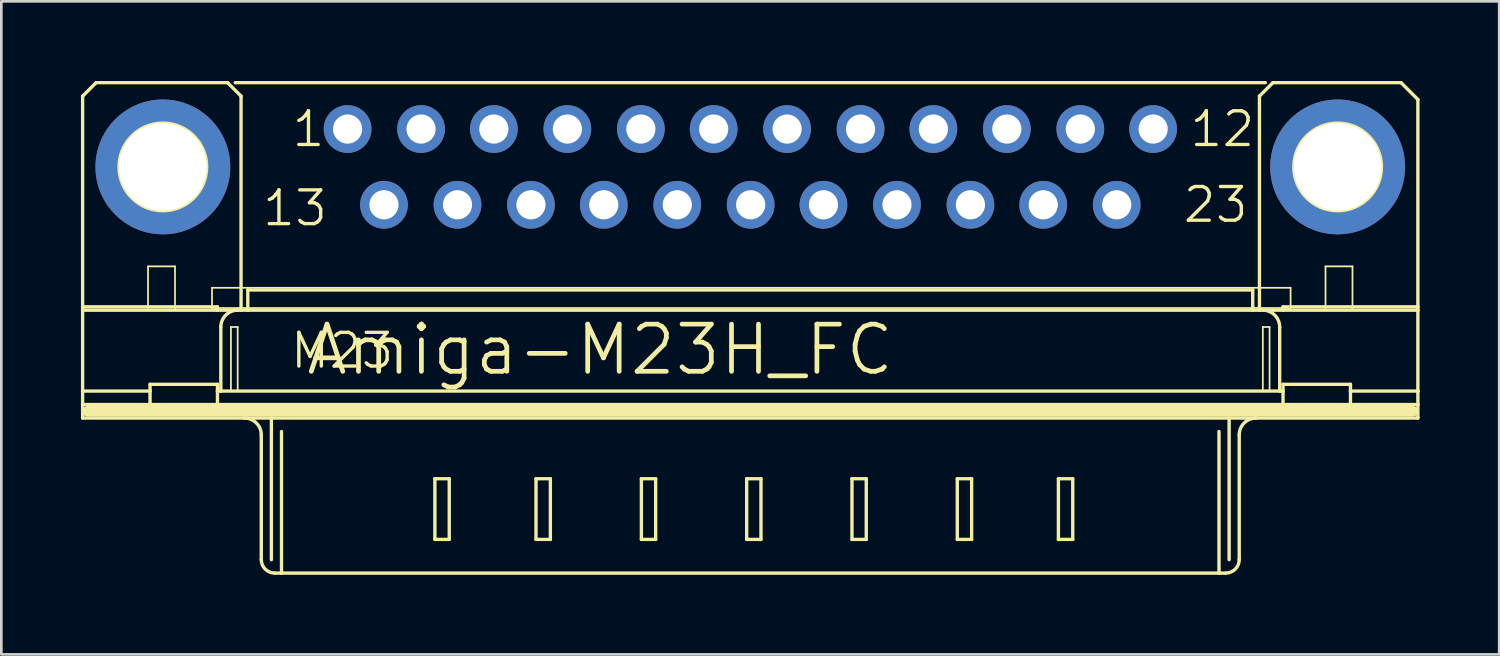
<source format=kicad_pcb>
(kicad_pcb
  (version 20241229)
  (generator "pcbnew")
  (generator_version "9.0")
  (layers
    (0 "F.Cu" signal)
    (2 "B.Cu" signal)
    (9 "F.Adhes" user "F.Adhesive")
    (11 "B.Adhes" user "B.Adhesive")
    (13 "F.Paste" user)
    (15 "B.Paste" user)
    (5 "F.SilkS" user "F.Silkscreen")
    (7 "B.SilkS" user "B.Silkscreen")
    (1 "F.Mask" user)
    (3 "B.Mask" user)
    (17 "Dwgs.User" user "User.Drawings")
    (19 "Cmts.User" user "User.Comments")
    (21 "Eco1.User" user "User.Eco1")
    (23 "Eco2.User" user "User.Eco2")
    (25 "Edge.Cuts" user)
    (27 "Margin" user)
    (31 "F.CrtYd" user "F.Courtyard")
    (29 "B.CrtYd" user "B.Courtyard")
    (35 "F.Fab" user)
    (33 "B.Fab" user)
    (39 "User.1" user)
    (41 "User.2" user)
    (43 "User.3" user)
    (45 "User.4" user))
  (footprint "Amiga-M23H_FC"
    (layer "F.Cu")
    (at 25.217 3.239)
    (property "Reference" "Amiga-M23H_FC" (at -5.659 6.888 0) (layer "F.SilkS") (effects (font (size 1.778 1.778) (thickness 0.178))))
    (attr exclude_from_pos_files exclude_from_bom)
    (fp_line (start -25.154 -2.667) (end -25.154 5.271) (stroke (width 0.127) (type solid)) (layer "F.SilkS"))
    (fp_line (start -25.154 5.397) (end -25.154 5.271) (stroke (width 0.127) (type solid)) (layer "F.SilkS"))
    (fp_line (start -25.154 8.445) (end -25.154 5.397) (stroke (width 0.127) (type solid)) (layer "F.SilkS"))
    (fp_line (start -25.154 8.954) (end -25.154 8.445) (stroke (width 0.127) (type solid)) (layer "F.SilkS"))
    (fp_line (start -25.154 9.461) (end -25.154 8.954) (stroke (width 0.127) (type solid)) (layer "F.SilkS"))
    (fp_line (start -24.963 9.207) (end 24.963 9.207) (stroke (width 0.406) (type solid)) (layer "F.SilkS"))
    (fp_line (start -24.646 -3.175) (end -25.154 -2.667) (stroke (width 0.127) (type solid)) (layer "F.SilkS"))
    (fp_line (start -22.69 3.747) (end -21.674 3.747) (stroke (width 0.066) (type solid)) (layer "F.SilkS"))
    (fp_line (start -22.69 5.397) (end -22.69 3.747) (stroke (width 0.066) (type solid)) (layer "F.SilkS"))
    (fp_line (start -22.69 5.397) (end -21.674 5.397) (stroke (width 0.066) (type solid)) (layer "F.SilkS"))
    (fp_line (start -22.614 8.445) (end -25.154 8.445) (stroke (width 0.127) (type solid)) (layer "F.SilkS"))
    (fp_line (start -22.614 8.445) (end -22.614 8.191) (stroke (width 0.127) (type solid)) (layer "F.SilkS"))
    (fp_line (start -22.614 8.445) (end -22.614 8.954) (stroke (width 0.127) (type solid)) (layer "F.SilkS"))
    (fp_line (start -22.614 8.954) (end -25.154 8.954) (stroke (width 0.127) (type solid)) (layer "F.SilkS"))
    (fp_line (start -21.674 5.397) (end -21.674 3.747) (stroke (width 0.066) (type solid)) (layer "F.SilkS"))
    (fp_line (start -20.279 4.554) (end 20.358 4.554) (stroke (width 0.066) (type solid)) (layer "F.SilkS"))
    (fp_line (start -20.279 5.316) (end -20.279 4.554) (stroke (width 0.066) (type solid)) (layer "F.SilkS"))
    (fp_line (start -20.279 5.316) (end 20.358 5.316) (stroke (width 0.066) (type solid)) (layer "F.SilkS"))
    (fp_line (start -20.074 5.271) (end -25.154 5.271) (stroke (width 0.127) (type solid)) (layer "F.SilkS"))
    (fp_line (start -20.074 5.271) (end -20.074 5.397) (stroke (width 0.127) (type solid)) (layer "F.SilkS"))
    (fp_line (start -20.074 5.397) (end -25.154 5.397) (stroke (width 0.127) (type solid)) (layer "F.SilkS"))
    (fp_line (start -20.074 8.191) (end -22.614 8.191) (stroke (width 0.127) (type solid)) (layer "F.SilkS"))
    (fp_line (start -20.074 8.191) (end -20.074 8.445) (stroke (width 0.127) (type solid)) (layer "F.SilkS"))
    (fp_line (start -20.074 8.445) (end -20.074 8.954) (stroke (width 0.127) (type solid)) (layer "F.SilkS"))
    (fp_line (start -20.074 8.954) (end -22.614 8.954) (stroke (width 0.127) (type solid)) (layer "F.SilkS"))
    (fp_line (start -19.947 6.032) (end -19.947 8.445) (stroke (width 0.127) (type solid)) (layer "F.SilkS"))
    (fp_line (start -19.947 8.445) (end -20.074 8.445) (stroke (width 0.127) (type solid)) (layer "F.SilkS"))
    (fp_line (start -19.693 -3.175) (end -24.646 -3.175) (stroke (width 0.127) (type solid)) (layer "F.SilkS"))
    (fp_line (start -19.566 6.032) (end -19.312 6.032) (stroke (width 0.066) (type solid)) (layer "F.SilkS"))
    (fp_line (start -19.566 8.445) (end -19.566 6.032) (stroke (width 0.066) (type solid)) (layer "F.SilkS"))
    (fp_line (start -19.566 8.445) (end -19.312 8.445) (stroke (width 0.066) (type solid)) (layer "F.SilkS"))
    (fp_line (start -19.406 -3.175) (end 19.406 -3.175) (stroke (width 0.127) (type solid)) (layer "F.SilkS"))
    (fp_line (start -19.312 5.397) (end -20.074 5.397) (stroke (width 0.127) (type solid)) (layer "F.SilkS"))
    (fp_line (start -19.312 8.445) (end -19.312 6.032) (stroke (width 0.066) (type solid)) (layer "F.SilkS"))
    (fp_line (start -19.185 -2.667) (end -19.693 -3.175) (stroke (width 0.127) (type solid)) (layer "F.SilkS"))
    (fp_line (start -19.185 -2.667) (end -19.185 5.397) (stroke (width 0.127) (type solid)) (layer "F.SilkS"))
    (fp_line (start -19.185 5.397) (end -19.312 5.397) (stroke (width 0.127) (type solid)) (layer "F.SilkS"))
    (fp_line (start -19.058 9.461) (end -25.154 9.461) (stroke (width 0.127) (type solid)) (layer "F.SilkS"))
    (fp_line (start -18.931 5.397) (end -19.185 5.397) (stroke (width 0.127) (type solid)) (layer "F.SilkS"))
    (fp_line (start -18.931 5.397) (end -18.931 4.636) (stroke (width 0.127) (type solid)) (layer "F.SilkS"))
    (fp_line (start -18.423 10.097) (end -18.423 14.796) (stroke (width 0.127) (type solid)) (layer "F.SilkS"))
    (fp_line (start -18.042 9.461) (end -19.058 9.461) (stroke (width 0.127) (type solid)) (layer "F.SilkS"))
    (fp_line (start -18.042 9.461) (end -18.042 14.796) (stroke (width 0.127) (type solid)) (layer "F.SilkS"))
    (fp_line (start -17.661 9.97) (end -17.661 15.303) (stroke (width 0.127) (type solid)) (layer "F.SilkS"))
    (fp_line (start -17.661 15.303) (end -17.915 15.303) (stroke (width 0.127) (type solid)) (layer "F.SilkS"))
    (fp_line (start -11.882 11.748) (end -11.341 11.748) (stroke (width 0.127) (type solid)) (layer "F.SilkS"))
    (fp_line (start -11.882 14.034) (end -11.882 11.748) (stroke (width 0.127) (type solid)) (layer "F.SilkS"))
    (fp_line (start -11.341 11.748) (end -11.341 14.034) (stroke (width 0.127) (type solid)) (layer "F.SilkS"))
    (fp_line (start -11.341 14.034) (end -11.882 14.034) (stroke (width 0.127) (type solid)) (layer "F.SilkS"))
    (fp_line (start -8.072 11.748) (end -7.531 11.748) (stroke (width 0.127) (type solid)) (layer "F.SilkS"))
    (fp_line (start -8.072 14.034) (end -8.072 11.748) (stroke (width 0.127) (type solid)) (layer "F.SilkS"))
    (fp_line (start -7.531 11.748) (end -7.531 14.034) (stroke (width 0.127) (type solid)) (layer "F.SilkS"))
    (fp_line (start -7.531 14.034) (end -8.072 14.034) (stroke (width 0.127) (type solid)) (layer "F.SilkS"))
    (fp_line (start -4.102 11.748) (end -3.564 11.748) (stroke (width 0.127) (type solid)) (layer "F.SilkS"))
    (fp_line (start -4.102 14.034) (end -4.102 11.748) (stroke (width 0.127) (type solid)) (layer "F.SilkS"))
    (fp_line (start -3.564 11.748) (end -3.564 14.034) (stroke (width 0.127) (type solid)) (layer "F.SilkS"))
    (fp_line (start -3.564 14.034) (end -4.102 14.034) (stroke (width 0.127) (type solid)) (layer "F.SilkS"))
    (fp_line (start -0.135 11.748) (end 0.404 11.748) (stroke (width 0.127) (type solid)) (layer "F.SilkS"))
    (fp_line (start -0.135 14.034) (end -0.135 11.748) (stroke (width 0.127) (type solid)) (layer "F.SilkS"))
    (fp_line (start 0.404 11.748) (end 0.404 14.034) (stroke (width 0.127) (type solid)) (layer "F.SilkS"))
    (fp_line (start 0.404 14.034) (end -0.135 14.034) (stroke (width 0.127) (type solid)) (layer "F.SilkS"))
    (fp_line (start 3.833 11.748) (end 4.371 11.748) (stroke (width 0.127) (type solid)) (layer "F.SilkS"))
    (fp_line (start 3.833 14.034) (end 3.833 11.748) (stroke (width 0.127) (type solid)) (layer "F.SilkS"))
    (fp_line (start 4.371 11.748) (end 4.371 14.034) (stroke (width 0.127) (type solid)) (layer "F.SilkS"))
    (fp_line (start 4.371 14.034) (end 3.833 14.034) (stroke (width 0.127) (type solid)) (layer "F.SilkS"))
    (fp_line (start 7.8 11.748) (end 8.341 11.748) (stroke (width 0.127) (type solid)) (layer "F.SilkS"))
    (fp_line (start 7.8 14.034) (end 7.8 11.748) (stroke (width 0.127) (type solid)) (layer "F.SilkS"))
    (fp_line (start 8.341 11.748) (end 8.341 14.034) (stroke (width 0.127) (type solid)) (layer "F.SilkS"))
    (fp_line (start 8.341 14.034) (end 7.8 14.034) (stroke (width 0.127) (type solid)) (layer "F.SilkS"))
    (fp_line (start 11.61 11.748) (end 12.151 11.748) (stroke (width 0.127) (type solid)) (layer "F.SilkS"))
    (fp_line (start 11.61 14.034) (end 11.61 11.748) (stroke (width 0.127) (type solid)) (layer "F.SilkS"))
    (fp_line (start 12.151 11.748) (end 12.151 14.034) (stroke (width 0.127) (type solid)) (layer "F.SilkS"))
    (fp_line (start 12.151 14.034) (end 11.61 14.034) (stroke (width 0.127) (type solid)) (layer "F.SilkS"))
    (fp_line (start 17.661 9.97) (end 17.661 15.303) (stroke (width 0.127) (type solid)) (layer "F.SilkS"))
    (fp_line (start 17.661 15.303) (end -17.661 15.303) (stroke (width 0.127) (type solid)) (layer "F.SilkS"))
    (fp_line (start 17.915 15.303) (end 17.661 15.303) (stroke (width 0.127) (type solid)) (layer "F.SilkS"))
    (fp_line (start 18.042 9.461) (end -18.042 9.461) (stroke (width 0.127) (type solid)) (layer "F.SilkS"))
    (fp_line (start 18.042 9.461) (end 18.042 14.796) (stroke (width 0.127) (type solid)) (layer "F.SilkS"))
    (fp_line (start 18.423 10.097) (end 18.423 14.796) (stroke (width 0.127) (type solid)) (layer "F.SilkS"))
    (fp_line (start 18.931 4.636) (end -18.931 4.636) (stroke (width 0.127) (type solid)) (layer "F.SilkS"))
    (fp_line (start 18.931 5.397) (end -18.931 5.397) (stroke (width 0.127) (type solid)) (layer "F.SilkS"))
    (fp_line (start 18.931 5.397) (end 18.931 4.636) (stroke (width 0.127) (type solid)) (layer "F.SilkS"))
    (fp_line (start 19.058 9.461) (end 18.042 9.461) (stroke (width 0.127) (type solid)) (layer "F.SilkS"))
    (fp_line (start 19.185 -2.667) (end 19.185 5.397) (stroke (width 0.127) (type solid)) (layer "F.SilkS"))
    (fp_line (start 19.185 5.397) (end 18.931 5.397) (stroke (width 0.127) (type solid)) (layer "F.SilkS"))
    (fp_line (start 19.312 6.032) (end 19.566 6.032) (stroke (width 0.066) (type solid)) (layer "F.SilkS"))
    (fp_line (start 19.312 8.445) (end 19.312 6.032) (stroke (width 0.066) (type solid)) (layer "F.SilkS"))
    (fp_line (start 19.312 8.445) (end 19.566 8.445) (stroke (width 0.066) (type solid)) (layer "F.SilkS"))
    (fp_line (start 19.566 8.445) (end 19.566 6.032) (stroke (width 0.066) (type solid)) (layer "F.SilkS"))
    (fp_line (start 19.693 -3.175) (end 19.185 -2.667) (stroke (width 0.127) (type solid)) (layer "F.SilkS"))
    (fp_line (start 19.693 -3.175) (end 24.519 -3.175) (stroke (width 0.127) (type solid)) (layer "F.SilkS"))
    (fp_line (start 19.947 6.032) (end 19.947 8.445) (stroke (width 0.127) (type solid)) (layer "F.SilkS"))
    (fp_line (start 19.947 8.445) (end -19.947 8.445) (stroke (width 0.127) (type solid)) (layer "F.SilkS"))
    (fp_line (start 20.074 5.271) (end 20.074 5.397) (stroke (width 0.127) (type solid)) (layer "F.SilkS"))
    (fp_line (start 20.074 5.397) (end 19.185 5.397) (stroke (width 0.127) (type solid)) (layer "F.SilkS"))
    (fp_line (start 20.074 8.191) (end 20.074 8.445) (stroke (width 0.127) (type solid)) (layer "F.SilkS"))
    (fp_line (start 20.074 8.445) (end 19.947 8.445) (stroke (width 0.127) (type solid)) (layer "F.SilkS"))
    (fp_line (start 20.074 8.445) (end 20.074 8.954) (stroke (width 0.127) (type solid)) (layer "F.SilkS"))
    (fp_line (start 20.074 8.954) (end -20.074 8.954) (stroke (width 0.127) (type solid)) (layer "F.SilkS"))
    (fp_line (start 20.358 5.316) (end 20.358 4.554) (stroke (width 0.066) (type solid)) (layer "F.SilkS"))
    (fp_line (start 21.674 3.747) (end 22.69 3.747) (stroke (width 0.066) (type solid)) (layer "F.SilkS"))
    (fp_line (start 21.674 5.397) (end 21.674 3.747) (stroke (width 0.066) (type solid)) (layer "F.SilkS"))
    (fp_line (start 21.674 5.397) (end 22.69 5.397) (stroke (width 0.066) (type solid)) (layer "F.SilkS"))
    (fp_line (start 22.614 8.191) (end 20.074 8.191) (stroke (width 0.127) (type solid)) (layer "F.SilkS"))
    (fp_line (start 22.614 8.445) (end 22.614 8.191) (stroke (width 0.127) (type solid)) (layer "F.SilkS"))
    (fp_line (start 22.614 8.445) (end 22.614 8.954) (stroke (width 0.127) (type solid)) (layer "F.SilkS"))
    (fp_line (start 22.614 8.954) (end 20.074 8.954) (stroke (width 0.127) (type solid)) (layer "F.SilkS"))
    (fp_line (start 22.69 5.397) (end 22.69 3.747) (stroke (width 0.066) (type solid)) (layer "F.SilkS"))
    (fp_line (start 24.519 -3.175) (end 25.154 -2.54) (stroke (width 0.127) (type solid)) (layer "F.SilkS"))
    (fp_line (start 25.154 -2.54) (end 25.154 5.271) (stroke (width 0.127) (type solid)) (layer "F.SilkS"))
    (fp_line (start 25.154 5.271) (end 20.074 5.271) (stroke (width 0.127) (type solid)) (layer "F.SilkS"))
    (fp_line (start 25.154 5.397) (end 20.074 5.397) (stroke (width 0.127) (type solid)) (layer "F.SilkS"))
    (fp_line (start 25.154 5.397) (end 25.154 5.271) (stroke (width 0.127) (type solid)) (layer "F.SilkS"))
    (fp_line (start 25.154 5.397) (end 25.154 8.445) (stroke (width 0.127) (type solid)) (layer "F.SilkS"))
    (fp_line (start 25.154 8.445) (end 22.614 8.445) (stroke (width 0.127) (type solid)) (layer "F.SilkS"))
    (fp_line (start 25.154 8.445) (end 25.154 8.954) (stroke (width 0.127) (type solid)) (layer "F.SilkS"))
    (fp_line (start 25.154 8.954) (end 22.614 8.954) (stroke (width 0.127) (type solid)) (layer "F.SilkS"))
    (fp_line (start 25.154 8.954) (end 25.154 9.461) (stroke (width 0.127) (type solid)) (layer "F.SilkS"))
    (fp_line (start 25.154 9.461) (end 19.058 9.461) (stroke (width 0.127) (type solid)) (layer "F.SilkS"))
    (fp_arc (start -19.94662 6.0325) (mid -19.760633 5.583487) (end -19.31162 5.3975) (stroke (width 0.127) (type solid)) (layer "F.SilkS"))
    (fp_arc (start -19.05762 9.4615) (mid -18.608607 9.647487) (end -18.42262 10.0965) (stroke (width 0.127) (type solid)) (layer "F.SilkS"))
    (fp_arc (start -17.91462 15.3035) (mid -18.27383 15.15471) (end -18.42262 14.7955) (stroke (width 0.127) (type solid)) (layer "F.SilkS"))
    (fp_arc (start 18.42262 10.0965) (mid 18.608607 9.647487) (end 19.05762 9.4615) (stroke (width 0.127) (type solid)) (layer "F.SilkS"))
    (fp_arc (start 18.42262 14.7955) (mid 18.27383 15.15471) (end 17.91462 15.3035) (stroke (width 0.127) (type solid)) (layer "F.SilkS"))
    (fp_arc (start 19.31162 5.3975) (mid 19.760633 5.583487) (end 19.94662 6.0325) (stroke (width 0.127) (type solid)) (layer "F.SilkS"))
    (fp_circle (center -22.131 0) (end -22.131 -1.651) (stroke (width 0.127) (type solid)) (fill no) (layer "F.SilkS"))
    (fp_circle (center 22.131 0) (end 22.131 -1.651) (stroke (width 0.127) (type solid)) (fill no) (layer "F.SilkS"))
    (fp_text user "23" (at 17.534 1.427 0) (layer "F.SilkS") (effects (font (size 1.27 1.27) (thickness 0.127))))
    (fp_text user "12" (at 17.788 -1.427 0) (layer "F.SilkS") (effects (font (size 1.27 1.27) (thickness 0.127))))
    (fp_text user "13" (at -17.153 1.554 0) (layer "F.SilkS") (effects (font (size 1.27 1.27) (thickness 0.127))))
    (fp_text user "1" (at -16.645 -1.427 0) (layer "F.SilkS") (effects (font (size 1.27 1.27) (thickness 0.127))))
    (fp_text user "M23" (at -15.375 6.921 0) (layer "F.SilkS") (effects (font (size 1.27 1.27) (thickness 0.127))))
    (pad "1" thru_hole circle (at -15.171 -1.427) (size 1.798 1.798) (drill 1.1) (layers "*.Cu" "*.Paste" "*.Mask"))
    (pad "2" thru_hole circle (at -12.403 -1.427) (size 1.798 1.798) (drill 1.1) (layers "*.Cu" "*.Paste" "*.Mask"))
    (pad "3" thru_hole circle (at -9.66 -1.427) (size 1.798 1.798) (drill 1.1) (layers "*.Cu" "*.Paste" "*.Mask"))
    (pad "4" thru_hole circle (at -6.891 -1.427) (size 1.798 1.798) (drill 1.1) (layers "*.Cu" "*.Paste" "*.Mask"))
    (pad "5" thru_hole circle (at -4.122 -1.427) (size 1.798 1.798) (drill 1.1) (layers "*.Cu" "*.Paste" "*.Mask"))
    (pad "6" thru_hole circle (at -1.379 -1.427) (size 1.798 1.798) (drill 1.1) (layers "*.Cu" "*.Paste" "*.Mask"))
    (pad "7" thru_hole circle (at 1.387 -1.427) (size 1.798 1.798) (drill 1.1) (layers "*.Cu" "*.Paste" "*.Mask"))
    (pad "8" thru_hole circle (at 4.155 -1.427) (size 1.798 1.798) (drill 1.1) (layers "*.Cu" "*.Paste" "*.Mask"))
    (pad "9" thru_hole circle (at 6.899 -1.427) (size 1.798 1.798) (drill 1.1) (layers "*.Cu" "*.Paste" "*.Mask"))
    (pad "10" thru_hole circle (at 9.667 -1.427) (size 1.798 1.798) (drill 1.1) (layers "*.Cu" "*.Paste" "*.Mask"))
    (pad "11" thru_hole circle (at 12.436 -1.427) (size 1.798 1.798) (drill 1.1) (layers "*.Cu" "*.Paste" "*.Mask"))
    (pad "12" thru_hole circle (at 15.179 -1.427) (size 1.798 1.798) (drill 1.1) (layers "*.Cu" "*.Paste" "*.Mask"))
    (pad "13" thru_hole circle (at -13.8 1.427) (size 1.798 1.798) (drill 1.1) (layers "*.Cu" "*.Paste" "*.Mask"))
    (pad "14" thru_hole circle (at -11.031 1.427) (size 1.798 1.798) (drill 1.1) (layers "*.Cu" "*.Paste" "*.Mask"))
    (pad "15" thru_hole circle (at -8.263 1.427) (size 1.798 1.798) (drill 1.1) (layers "*.Cu" "*.Paste" "*.Mask"))
    (pad "16" thru_hole circle (at -5.519 1.427) (size 1.798 1.798) (drill 1.1) (layers "*.Cu" "*.Paste" "*.Mask"))
    (pad "17" thru_hole circle (at -2.751 1.427) (size 1.798 1.798) (drill 1.1) (layers "*.Cu" "*.Paste" "*.Mask"))
    (pad "18" thru_hole circle (at 0.015 1.427) (size 1.798 1.798) (drill 1.1) (layers "*.Cu" "*.Paste" "*.Mask"))
    (pad "19" thru_hole circle (at 2.758 1.427) (size 1.798 1.798) (drill 1.1) (layers "*.Cu" "*.Paste" "*.Mask"))
    (pad "20" thru_hole circle (at 5.527 1.427) (size 1.798 1.798) (drill 1.1) (layers "*.Cu" "*.Paste" "*.Mask"))
    (pad "21" thru_hole circle (at 8.296 1.427) (size 1.798 1.798) (drill 1.1) (layers "*.Cu" "*.Paste" "*.Mask"))
    (pad "22" thru_hole circle (at 11.039 1.427) (size 1.798 1.798) (drill 1.1) (layers "*.Cu" "*.Paste" "*.Mask"))
    (pad "23" thru_hole circle (at 13.807 1.427) (size 1.798 1.798) (drill 1.1) (layers "*.Cu" "*.Paste" "*.Mask"))
    (pad "G1" thru_hole circle (at -22.131 0) (size 5.08 5.08) (drill 3.302) (layers "*.Cu" "*.Paste" "*.Mask"))
    (pad "G2" thru_hole circle (at 22.131 0) (size 5.08 5.08) (drill 3.302) (layers "*.Cu" "*.Paste" "*.Mask")))
  (gr_rect
    (start -3 -3)
    (end 53.434 21.605)
    (stroke (width 0.1) (type default))
    (fill no)
    (layer "Edge.Cuts")))
</source>
